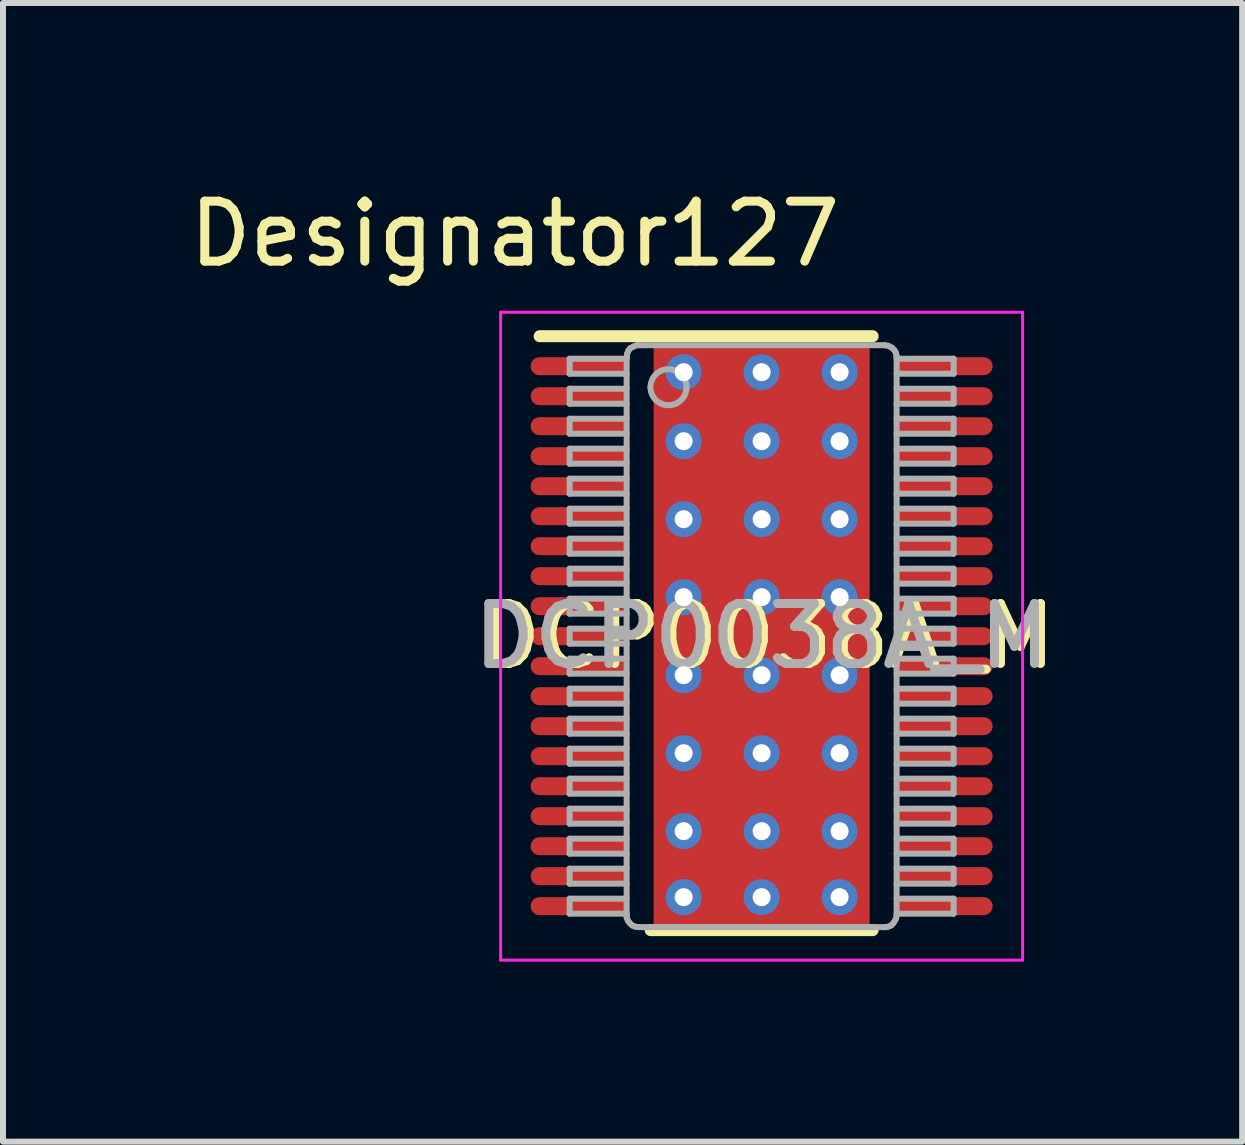
<source format=kicad_pcb>
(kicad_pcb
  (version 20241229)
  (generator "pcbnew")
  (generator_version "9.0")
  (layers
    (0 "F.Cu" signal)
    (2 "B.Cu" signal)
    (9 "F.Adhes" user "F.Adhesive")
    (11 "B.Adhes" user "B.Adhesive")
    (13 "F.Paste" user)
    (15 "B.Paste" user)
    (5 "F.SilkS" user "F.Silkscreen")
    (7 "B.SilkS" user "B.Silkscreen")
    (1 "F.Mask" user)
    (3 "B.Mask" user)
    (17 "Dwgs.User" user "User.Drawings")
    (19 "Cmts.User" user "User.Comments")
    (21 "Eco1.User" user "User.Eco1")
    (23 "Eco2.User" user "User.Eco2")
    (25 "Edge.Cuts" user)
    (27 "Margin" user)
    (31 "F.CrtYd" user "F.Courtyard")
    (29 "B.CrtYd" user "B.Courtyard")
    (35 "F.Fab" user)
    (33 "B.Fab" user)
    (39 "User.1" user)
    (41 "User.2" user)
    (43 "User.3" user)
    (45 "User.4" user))
  (footprint "DCP0038A_M"
    (layer "F.Cu")
    (at 9.645 7.554)
    (property "Reference" "DCP0038A_M" (at 0.1 0 0) (unlocked yes) (layer "F.SilkS") (effects (font (size 1 1) (thickness 0.15))))
    (attr smd)
    (fp_poly (pts (xy -1.45 2.307) (xy -1.45 -2.307) (xy -1.449 -2.315) (xy -1.447 -2.323) (xy -1.443 -2.331) (xy -1.437 -2.337) (xy -1.431 -2.343) (xy -1.423 -2.347) (xy -1.415 -2.349) (xy -1.407 -2.35) (xy 1.407 -2.35) (xy 1.415 -2.349) (xy 1.423 -2.347) (xy 1.431 -2.343) (xy 1.437 -2.337) (xy 1.443 -2.331) (xy 1.447 -2.323) (xy 1.449 -2.315) (xy 1.45 -2.307) (xy 1.45 2.307) (xy 1.449 2.315) (xy 1.447 2.323) (xy 1.443 2.331) (xy 1.437 2.337) (xy 1.431 2.343) (xy 1.423 2.347) (xy 1.415 2.349) (xy 1.407 2.35) (xy -1.407 2.35) (xy -1.415 2.349) (xy -1.423 2.347) (xy -1.431 2.343) (xy -1.437 2.337) (xy -1.443 2.331) (xy -1.447 2.323) (xy -1.449 2.315)) (stroke (width 0) (type solid)) (fill yes) (layer "F.Mask"))
    (fp_line (start -3.7 -5) (end 1.85 -5) (stroke (width 0.2) (type solid)) (layer "F.SilkS"))
    (fp_line (start -1.85 4.9) (end 1.85 4.9) (stroke (width 0.2) (type solid)) (layer "F.SilkS"))
    (fp_poly (pts (xy -1.45 2.307) (xy -1.45 -2.307) (xy -1.449 -2.315) (xy -1.447 -2.323) (xy -1.443 -2.331) (xy -1.437 -2.337) (xy -1.431 -2.343) (xy -1.423 -2.347) (xy -1.415 -2.349) (xy -1.407 -2.35) (xy 1.407 -2.35) (xy 1.415 -2.349) (xy 1.423 -2.347) (xy 1.431 -2.343) (xy 1.437 -2.337) (xy 1.443 -2.331) (xy 1.447 -2.323) (xy 1.449 -2.315) (xy 1.45 -2.307) (xy 1.45 2.307) (xy 1.449 2.315) (xy 1.447 2.323) (xy 1.443 2.331) (xy 1.437 2.337) (xy 1.431 2.343) (xy 1.423 2.347) (xy 1.415 2.349) (xy 1.407 2.35) (xy -1.407 2.35) (xy -1.415 2.349) (xy -1.423 2.347) (xy -1.431 2.343) (xy -1.437 2.337) (xy -1.443 2.331) (xy -1.447 2.323) (xy -1.449 2.315)) (stroke (width 0) (type solid)) (fill yes) (layer "F.Paste"))
    (fp_line (start -4.35 -5.4) (end 4.35 -5.4) (stroke (width 0.05) (type solid)) (layer "F.CrtYd"))
    (fp_line (start -4.35 5.4) (end -4.35 -5.4) (stroke (width 0.05) (type solid)) (layer "F.CrtYd"))
    (fp_line (start -4.35 5.4) (end 4.35 5.4) (stroke (width 0.05) (type solid)) (layer "F.CrtYd"))
    (fp_line (start 4.35 5.4) (end 4.35 -5.4) (stroke (width 0.05) (type solid)) (layer "F.CrtYd"))
    (fp_line (start -3.2 -4.625) (end -2.25 -4.625) (stroke (width 0.1) (type solid)) (layer "F.Fab"))
    (fp_line (start -3.2 -4.375) (end -3.2 -4.625) (stroke (width 0.1) (type solid)) (layer "F.Fab"))
    (fp_line (start -3.2 -4.375) (end -2.25 -4.375) (stroke (width 0.1) (type solid)) (layer "F.Fab"))
    (fp_line (start -3.2 -4.125) (end -2.25 -4.125) (stroke (width 0.1) (type solid)) (layer "F.Fab"))
    (fp_line (start -3.2 -3.875) (end -3.2 -4.125) (stroke (width 0.1) (type solid)) (layer "F.Fab"))
    (fp_line (start -3.2 -3.875) (end -2.25 -3.875) (stroke (width 0.1) (type solid)) (layer "F.Fab"))
    (fp_line (start -3.2 -3.625) (end -2.25 -3.625) (stroke (width 0.1) (type solid)) (layer "F.Fab"))
    (fp_line (start -3.2 -3.375) (end -3.2 -3.625) (stroke (width 0.1) (type solid)) (layer "F.Fab"))
    (fp_line (start -3.2 -3.375) (end -2.25 -3.375) (stroke (width 0.1) (type solid)) (layer "F.Fab"))
    (fp_line (start -3.2 -3.125) (end -2.25 -3.125) (stroke (width 0.1) (type solid)) (layer "F.Fab"))
    (fp_line (start -3.2 -2.875) (end -3.2 -3.125) (stroke (width 0.1) (type solid)) (layer "F.Fab"))
    (fp_line (start -3.2 -2.875) (end -2.25 -2.875) (stroke (width 0.1) (type solid)) (layer "F.Fab"))
    (fp_line (start -3.2 -2.625) (end -2.25 -2.625) (stroke (width 0.1) (type solid)) (layer "F.Fab"))
    (fp_line (start -3.2 -2.375) (end -3.2 -2.625) (stroke (width 0.1) (type solid)) (layer "F.Fab"))
    (fp_line (start -3.2 -2.375) (end -2.25 -2.375) (stroke (width 0.1) (type solid)) (layer "F.Fab"))
    (fp_line (start -3.2 -2.125) (end -2.25 -2.125) (stroke (width 0.1) (type solid)) (layer "F.Fab"))
    (fp_line (start -3.2 -1.875) (end -3.2 -2.125) (stroke (width 0.1) (type solid)) (layer "F.Fab"))
    (fp_line (start -3.2 -1.875) (end -2.25 -1.875) (stroke (width 0.1) (type solid)) (layer "F.Fab"))
    (fp_line (start -3.2 -1.625) (end -2.25 -1.625) (stroke (width 0.1) (type solid)) (layer "F.Fab"))
    (fp_line (start -3.2 -1.375) (end -3.2 -1.625) (stroke (width 0.1) (type solid)) (layer "F.Fab"))
    (fp_line (start -3.2 -1.375) (end -2.25 -1.375) (stroke (width 0.1) (type solid)) (layer "F.Fab"))
    (fp_line (start -3.2 -1.125) (end -2.25 -1.125) (stroke (width 0.1) (type solid)) (layer "F.Fab"))
    (fp_line (start -3.2 -0.875) (end -3.2 -1.125) (stroke (width 0.1) (type solid)) (layer "F.Fab"))
    (fp_line (start -3.2 -0.875) (end -2.25 -0.875) (stroke (width 0.1) (type solid)) (layer "F.Fab"))
    (fp_line (start -3.2 -0.625) (end -2.25 -0.625) (stroke (width 0.1) (type solid)) (layer "F.Fab"))
    (fp_line (start -3.2 -0.375) (end -3.2 -0.625) (stroke (width 0.1) (type solid)) (layer "F.Fab"))
    (fp_line (start -3.2 -0.375) (end -2.25 -0.375) (stroke (width 0.1) (type solid)) (layer "F.Fab"))
    (fp_line (start -3.2 -0.125) (end -2.25 -0.125) (stroke (width 0.1) (type solid)) (layer "F.Fab"))
    (fp_line (start -3.2 0.125) (end -3.2 -0.125) (stroke (width 0.1) (type solid)) (layer "F.Fab"))
    (fp_line (start -3.2 0.125) (end -2.25 0.125) (stroke (width 0.1) (type solid)) (layer "F.Fab"))
    (fp_line (start -3.2 0.375) (end -2.25 0.375) (stroke (width 0.1) (type solid)) (layer "F.Fab"))
    (fp_line (start -3.2 0.625) (end -3.2 0.375) (stroke (width 0.1) (type solid)) (layer "F.Fab"))
    (fp_line (start -3.2 0.625) (end -2.25 0.625) (stroke (width 0.1) (type solid)) (layer "F.Fab"))
    (fp_line (start -3.2 0.875) (end -2.25 0.875) (stroke (width 0.1) (type solid)) (layer "F.Fab"))
    (fp_line (start -3.2 1.125) (end -3.2 0.875) (stroke (width 0.1) (type solid)) (layer "F.Fab"))
    (fp_line (start -3.2 1.125) (end -2.25 1.125) (stroke (width 0.1) (type solid)) (layer "F.Fab"))
    (fp_line (start -3.2 1.375) (end -2.25 1.375) (stroke (width 0.1) (type solid)) (layer "F.Fab"))
    (fp_line (start -3.2 1.625) (end -3.2 1.375) (stroke (width 0.1) (type solid)) (layer "F.Fab"))
    (fp_line (start -3.2 1.625) (end -2.25 1.625) (stroke (width 0.1) (type solid)) (layer "F.Fab"))
    (fp_line (start -3.2 1.875) (end -2.25 1.875) (stroke (width 0.1) (type solid)) (layer "F.Fab"))
    (fp_line (start -3.2 2.125) (end -3.2 1.875) (stroke (width 0.1) (type solid)) (layer "F.Fab"))
    (fp_line (start -3.2 2.125) (end -2.25 2.125) (stroke (width 0.1) (type solid)) (layer "F.Fab"))
    (fp_line (start -3.2 2.375) (end -2.25 2.375) (stroke (width 0.1) (type solid)) (layer "F.Fab"))
    (fp_line (start -3.2 2.625) (end -3.2 2.375) (stroke (width 0.1) (type solid)) (layer "F.Fab"))
    (fp_line (start -3.2 2.625) (end -2.25 2.625) (stroke (width 0.1) (type solid)) (layer "F.Fab"))
    (fp_line (start -3.2 2.875) (end -2.25 2.875) (stroke (width 0.1) (type solid)) (layer "F.Fab"))
    (fp_line (start -3.2 3.125) (end -3.2 2.875) (stroke (width 0.1) (type solid)) (layer "F.Fab"))
    (fp_line (start -3.2 3.125) (end -2.25 3.125) (stroke (width 0.1) (type solid)) (layer "F.Fab"))
    (fp_line (start -3.2 3.375) (end -2.25 3.375) (stroke (width 0.1) (type solid)) (layer "F.Fab"))
    (fp_line (start -3.2 3.625) (end -3.2 3.375) (stroke (width 0.1) (type solid)) (layer "F.Fab"))
    (fp_line (start -3.2 3.625) (end -2.25 3.625) (stroke (width 0.1) (type solid)) (layer "F.Fab"))
    (fp_line (start -3.2 3.875) (end -2.25 3.875) (stroke (width 0.1) (type solid)) (layer "F.Fab"))
    (fp_line (start -3.2 4.125) (end -3.2 3.875) (stroke (width 0.1) (type solid)) (layer "F.Fab"))
    (fp_line (start -3.2 4.125) (end -2.25 4.125) (stroke (width 0.1) (type solid)) (layer "F.Fab"))
    (fp_line (start -3.2 4.375) (end -2.25 4.375) (stroke (width 0.1) (type solid)) (layer "F.Fab"))
    (fp_line (start -3.2 4.625) (end -3.2 4.375) (stroke (width 0.1) (type solid)) (layer "F.Fab"))
    (fp_line (start -3.2 4.625) (end -2.25 4.625) (stroke (width 0.1) (type solid)) (layer "F.Fab"))
    (fp_line (start -2.25 -4.65) (end -2.24 -4.71) (stroke (width 0.1) (type solid)) (layer "F.Fab"))
    (fp_line (start -2.25 4.65) (end -2.25 -4.65) (stroke (width 0.1) (type solid)) (layer "F.Fab"))
    (fp_line (start -2.25 4.65) (end -2.25 4.69) (stroke (width 0.1) (type solid)) (layer "F.Fab"))
    (fp_line (start -2.25 4.69) (end -2.23 4.74) (stroke (width 0.1) (type solid)) (layer "F.Fab"))
    (fp_line (start -2.24 -4.71) (end -2.22 -4.76) (stroke (width 0.1) (type solid)) (layer "F.Fab"))
    (fp_line (start -2.23 4.74) (end -2.2 4.78) (stroke (width 0.1) (type solid)) (layer "F.Fab"))
    (fp_line (start -2.22 -4.76) (end -2.19 -4.8) (stroke (width 0.1) (type solid)) (layer "F.Fab"))
    (fp_line (start -2.2 4.78) (end -2.16 4.82) (stroke (width 0.1) (type solid)) (layer "F.Fab"))
    (fp_line (start -2.19 -4.8) (end -2.13 -4.83) (stroke (width 0.1) (type solid)) (layer "F.Fab"))
    (fp_line (start -2.16 4.82) (end -2.11 4.84) (stroke (width 0.1) (type solid)) (layer "F.Fab"))
    (fp_line (start -2.13 -4.83) (end -2.08 -4.85) (stroke (width 0.1) (type solid)) (layer "F.Fab"))
    (fp_line (start -2.11 4.84) (end -2.05 4.85) (stroke (width 0.1) (type solid)) (layer "F.Fab"))
    (fp_line (start -2.08 -4.85) (end -2.05 -4.85) (stroke (width 0.1) (type solid)) (layer "F.Fab"))
    (fp_line (start -2.05 4.85) (end 2.05 4.85) (stroke (width 0.1) (type solid)) (layer "F.Fab"))
    (fp_line (start -2.05 -4.85) (end 2.05 -4.85) (stroke (width 0.1) (type solid)) (layer "F.Fab"))
    (fp_line (start 2.05 4.85) (end 2.07 4.85) (stroke (width 0.1) (type solid)) (layer "F.Fab"))
    (fp_line (start 2.05 -4.85) (end 2.11 -4.84) (stroke (width 0.1) (type solid)) (layer "F.Fab"))
    (fp_line (start 2.07 4.85) (end 2.11 4.84) (stroke (width 0.1) (type solid)) (layer "F.Fab"))
    (fp_line (start 2.11 -4.84) (end 2.17 -4.81) (stroke (width 0.1) (type solid)) (layer "F.Fab"))
    (fp_line (start 2.11 4.84) (end 2.16 4.82) (stroke (width 0.1) (type solid)) (layer "F.Fab"))
    (fp_line (start 2.16 4.82) (end 2.19 4.79) (stroke (width 0.1) (type solid)) (layer "F.Fab"))
    (fp_line (start 2.17 -4.81) (end 2.21 -4.77) (stroke (width 0.1) (type solid)) (layer "F.Fab"))
    (fp_line (start 2.19 4.79) (end 2.21 4.76) (stroke (width 0.1) (type solid)) (layer "F.Fab"))
    (fp_line (start 2.21 -4.77) (end 2.24 -4.72) (stroke (width 0.1) (type solid)) (layer "F.Fab"))
    (fp_line (start 2.21 4.76) (end 2.24 4.71) (stroke (width 0.1) (type solid)) (layer "F.Fab"))
    (fp_line (start 2.24 -4.72) (end 2.25 -4.67) (stroke (width 0.1) (type solid)) (layer "F.Fab"))
    (fp_line (start 2.24 4.71) (end 2.25 4.65) (stroke (width 0.1) (type solid)) (layer "F.Fab"))
    (fp_line (start 2.25 4.65) (end 2.25 -4.65) (stroke (width 0.1) (type solid)) (layer "F.Fab"))
    (fp_line (start 2.25 -4.65) (end 2.25 -4.67) (stroke (width 0.1) (type solid)) (layer "F.Fab"))
    (fp_line (start 2.25 -4.625) (end 3.2 -4.625) (stroke (width 0.1) (type solid)) (layer "F.Fab"))
    (fp_line (start 2.25 -4.375) (end 3.2 -4.375) (stroke (width 0.1) (type solid)) (layer "F.Fab"))
    (fp_line (start 2.25 -4.125) (end 3.2 -4.125) (stroke (width 0.1) (type solid)) (layer "F.Fab"))
    (fp_line (start 2.25 -3.875) (end 3.2 -3.875) (stroke (width 0.1) (type solid)) (layer "F.Fab"))
    (fp_line (start 2.25 -3.625) (end 3.2 -3.625) (stroke (width 0.1) (type solid)) (layer "F.Fab"))
    (fp_line (start 2.25 -3.375) (end 3.2 -3.375) (stroke (width 0.1) (type solid)) (layer "F.Fab"))
    (fp_line (start 2.25 -3.125) (end 3.2 -3.125) (stroke (width 0.1) (type solid)) (layer "F.Fab"))
    (fp_line (start 2.25 -2.875) (end 3.2 -2.875) (stroke (width 0.1) (type solid)) (layer "F.Fab"))
    (fp_line (start 2.25 -2.625) (end 3.2 -2.625) (stroke (width 0.1) (type solid)) (layer "F.Fab"))
    (fp_line (start 2.25 -2.375) (end 3.2 -2.375) (stroke (width 0.1) (type solid)) (layer "F.Fab"))
    (fp_line (start 2.25 -2.125) (end 3.2 -2.125) (stroke (width 0.1) (type solid)) (layer "F.Fab"))
    (fp_line (start 2.25 -1.875) (end 3.2 -1.875) (stroke (width 0.1) (type solid)) (layer "F.Fab"))
    (fp_line (start 2.25 -1.625) (end 3.2 -1.625) (stroke (width 0.1) (type solid)) (layer "F.Fab"))
    (fp_line (start 2.25 -1.375) (end 3.2 -1.375) (stroke (width 0.1) (type solid)) (layer "F.Fab"))
    (fp_line (start 2.25 -1.125) (end 3.2 -1.125) (stroke (width 0.1) (type solid)) (layer "F.Fab"))
    (fp_line (start 2.25 -0.875) (end 3.2 -0.875) (stroke (width 0.1) (type solid)) (layer "F.Fab"))
    (fp_line (start 2.25 -0.625) (end 3.2 -0.625) (stroke (width 0.1) (type solid)) (layer "F.Fab"))
    (fp_line (start 2.25 -0.375) (end 3.2 -0.375) (stroke (width 0.1) (type solid)) (layer "F.Fab"))
    (fp_line (start 2.25 -0.125) (end 3.2 -0.125) (stroke (width 0.1) (type solid)) (layer "F.Fab"))
    (fp_line (start 2.25 0.125) (end 3.2 0.125) (stroke (width 0.1) (type solid)) (layer "F.Fab"))
    (fp_line (start 2.25 0.375) (end 3.2 0.375) (stroke (width 0.1) (type solid)) (layer "F.Fab"))
    (fp_line (start 2.25 0.625) (end 3.2 0.625) (stroke (width 0.1) (type solid)) (layer "F.Fab"))
    (fp_line (start 2.25 0.875) (end 3.2 0.875) (stroke (width 0.1) (type solid)) (layer "F.Fab"))
    (fp_line (start 2.25 1.125) (end 3.2 1.125) (stroke (width 0.1) (type solid)) (layer "F.Fab"))
    (fp_line (start 2.25 1.375) (end 3.2 1.375) (stroke (width 0.1) (type solid)) (layer "F.Fab"))
    (fp_line (start 2.25 1.625) (end 3.2 1.625) (stroke (width 0.1) (type solid)) (layer "F.Fab"))
    (fp_line (start 2.25 1.875) (end 3.2 1.875) (stroke (width 0.1) (type solid)) (layer "F.Fab"))
    (fp_line (start 2.25 2.125) (end 3.2 2.125) (stroke (width 0.1) (type solid)) (layer "F.Fab"))
    (fp_line (start 2.25 2.375) (end 3.2 2.375) (stroke (width 0.1) (type solid)) (layer "F.Fab"))
    (fp_line (start 2.25 2.625) (end 3.2 2.625) (stroke (width 0.1) (type solid)) (layer "F.Fab"))
    (fp_line (start 2.25 2.875) (end 3.2 2.875) (stroke (width 0.1) (type solid)) (layer "F.Fab"))
    (fp_line (start 2.25 3.125) (end 3.2 3.125) (stroke (width 0.1) (type solid)) (layer "F.Fab"))
    (fp_line (start 2.25 3.375) (end 3.2 3.375) (stroke (width 0.1) (type solid)) (layer "F.Fab"))
    (fp_line (start 2.25 3.625) (end 3.2 3.625) (stroke (width 0.1) (type solid)) (layer "F.Fab"))
    (fp_line (start 2.25 3.875) (end 3.2 3.875) (stroke (width 0.1) (type solid)) (layer "F.Fab"))
    (fp_line (start 2.25 4.125) (end 3.2 4.125) (stroke (width 0.1) (type solid)) (layer "F.Fab"))
    (fp_line (start 2.25 4.375) (end 3.2 4.375) (stroke (width 0.1) (type solid)) (layer "F.Fab"))
    (fp_line (start 2.25 4.625) (end 3.2 4.625) (stroke (width 0.1) (type solid)) (layer "F.Fab"))
    (fp_line (start 3.2 -4.375) (end 3.2 -4.625) (stroke (width 0.1) (type solid)) (layer "F.Fab"))
    (fp_line (start 3.2 -3.875) (end 3.2 -4.125) (stroke (width 0.1) (type solid)) (layer "F.Fab"))
    (fp_line (start 3.2 -3.375) (end 3.2 -3.625) (stroke (width 0.1) (type solid)) (layer "F.Fab"))
    (fp_line (start 3.2 -2.875) (end 3.2 -3.125) (stroke (width 0.1) (type solid)) (layer "F.Fab"))
    (fp_line (start 3.2 -2.375) (end 3.2 -2.625) (stroke (width 0.1) (type solid)) (layer "F.Fab"))
    (fp_line (start 3.2 -1.875) (end 3.2 -2.125) (stroke (width 0.1) (type solid)) (layer "F.Fab"))
    (fp_line (start 3.2 -1.375) (end 3.2 -1.625) (stroke (width 0.1) (type solid)) (layer "F.Fab"))
    (fp_line (start 3.2 -0.875) (end 3.2 -1.125) (stroke (width 0.1) (type solid)) (layer "F.Fab"))
    (fp_line (start 3.2 -0.375) (end 3.2 -0.625) (stroke (width 0.1) (type solid)) (layer "F.Fab"))
    (fp_line (start 3.2 0.125) (end 3.2 -0.125) (stroke (width 0.1) (type solid)) (layer "F.Fab"))
    (fp_line (start 3.2 0.625) (end 3.2 0.375) (stroke (width 0.1) (type solid)) (layer "F.Fab"))
    (fp_line (start 3.2 1.125) (end 3.2 0.875) (stroke (width 0.1) (type solid)) (layer "F.Fab"))
    (fp_line (start 3.2 1.625) (end 3.2 1.375) (stroke (width 0.1) (type solid)) (layer "F.Fab"))
    (fp_line (start 3.2 2.125) (end 3.2 1.875) (stroke (width 0.1) (type solid)) (layer "F.Fab"))
    (fp_line (start 3.2 2.625) (end 3.2 2.375) (stroke (width 0.1) (type solid)) (layer "F.Fab"))
    (fp_line (start 3.2 3.125) (end 3.2 2.875) (stroke (width 0.1) (type solid)) (layer "F.Fab"))
    (fp_line (start 3.2 3.625) (end 3.2 3.375) (stroke (width 0.1) (type solid)) (layer "F.Fab"))
    (fp_line (start 3.2 4.125) (end 3.2 3.875) (stroke (width 0.1) (type solid)) (layer "F.Fab"))
    (fp_line (start 3.2 4.625) (end 3.2 4.375) (stroke (width 0.1) (type solid)) (layer "F.Fab"))
    (fp_arc (start -1.852386 -4.149976) (mid -1.552387 -4.449976) (end -1.252388 -4.149976) (stroke (width 0.1) (type solid)) (layer "F.Fab"))
    (fp_arc (start -1.252388 -4.149976) (mid -1.552387 -3.849977) (end -1.852386 -4.149976) (stroke (width 0.1) (type solid)) (layer "F.Fab"))
    (fp_text user "Designator127" (at -4.115 -6.706 0) (unlocked yes) (layer "F.SilkS") (effects (font (size 1 1) (thickness 0.15))))
    (fp_text user "${REFERENCE}" (at 0 0 0) (unlocked yes) (layer "F.Fab") (effects (font (size 1 1) (thickness 0.15))))
    (pad "1" smd oval (at -3.05 -4.5 90) (size 0.3 1.6) (layers "F.Cu" "F.Mask" "F.Paste"))
    (pad "2" smd oval (at -3.05 -4 90) (size 0.3 1.6) (layers "F.Cu" "F.Mask" "F.Paste"))
    (pad "3" smd oval (at -3.05 -3.5 90) (size 0.3 1.6) (layers "F.Cu" "F.Mask" "F.Paste"))
    (pad "4" smd oval (at -3.05 -3 90) (size 0.3 1.6) (layers "F.Cu" "F.Mask" "F.Paste"))
    (pad "5" smd oval (at -3.05 -2.5 90) (size 0.3 1.6) (layers "F.Cu" "F.Mask" "F.Paste"))
    (pad "6" smd oval (at -3.05 -2 90) (size 0.3 1.6) (layers "F.Cu" "F.Mask" "F.Paste"))
    (pad "7" smd oval (at -3.05 -1.5 90) (size 0.3 1.6) (layers "F.Cu" "F.Mask" "F.Paste"))
    (pad "8" smd oval (at -3.05 -1 90) (size 0.3 1.6) (layers "F.Cu" "F.Mask" "F.Paste"))
    (pad "9" smd oval (at -3.05 -0.5 90) (size 0.3 1.6) (layers "F.Cu" "F.Mask" "F.Paste"))
    (pad "10" smd oval (at -3.05 0 90) (size 0.3 1.6) (layers "F.Cu" "F.Mask" "F.Paste"))
    (pad "11" smd oval (at -3.05 0.5 90) (size 0.3 1.6) (layers "F.Cu" "F.Mask" "F.Paste"))
    (pad "12" smd oval (at -3.05 1 90) (size 0.3 1.6) (layers "F.Cu" "F.Mask" "F.Paste"))
    (pad "13" smd oval (at -3.05 1.5 90) (size 0.3 1.6) (layers "F.Cu" "F.Mask" "F.Paste"))
    (pad "14" smd oval (at -3.05 2 90) (size 0.3 1.6) (layers "F.Cu" "F.Mask" "F.Paste"))
    (pad "15" smd oval (at -3.05 2.5 90) (size 0.3 1.6) (layers "F.Cu" "F.Mask" "F.Paste"))
    (pad "16" smd oval (at -3.05 3 90) (size 0.3 1.6) (layers "F.Cu" "F.Mask" "F.Paste"))
    (pad "17" smd oval (at -3.05 3.5 90) (size 0.3 1.6) (layers "F.Cu" "F.Mask" "F.Paste"))
    (pad "18" smd oval (at -3.05 4 90) (size 0.3 1.6) (layers "F.Cu" "F.Mask" "F.Paste"))
    (pad "19" smd oval (at -3.05 4.5 90) (size 0.3 1.6) (layers "F.Cu" "F.Mask" "F.Paste"))
    (pad "20" smd oval (at 3.05 4.5 90) (size 0.3 1.6) (layers "F.Cu" "F.Mask" "F.Paste"))
    (pad "21" smd oval (at 3.05 4 90) (size 0.3 1.6) (layers "F.Cu" "F.Mask" "F.Paste"))
    (pad "22" smd oval (at 3.05 3.5 90) (size 0.3 1.6) (layers "F.Cu" "F.Mask" "F.Paste"))
    (pad "23" smd oval (at 3.05 3 90) (size 0.3 1.6) (layers "F.Cu" "F.Mask" "F.Paste"))
    (pad "24" smd oval (at 3.05 2.5 90) (size 0.3 1.6) (layers "F.Cu" "F.Mask" "F.Paste"))
    (pad "25" smd oval (at 3.05 2 90) (size 0.3 1.6) (layers "F.Cu" "F.Mask" "F.Paste"))
    (pad "26" smd oval (at 3.05 1.5 90) (size 0.3 1.6) (layers "F.Cu" "F.Mask" "F.Paste"))
    (pad "27" smd oval (at 3.05 1 90) (size 0.3 1.6) (layers "F.Cu" "F.Mask" "F.Paste"))
    (pad "28" smd oval (at 3.05 0.5 90) (size 0.3 1.6) (layers "F.Cu" "F.Mask" "F.Paste"))
    (pad "29" smd oval (at 3.05 0 90) (size 0.3 1.6) (layers "F.Cu" "F.Mask" "F.Paste"))
    (pad "30" smd oval (at 3.05 -0.5 90) (size 0.3 1.6) (layers "F.Cu" "F.Mask" "F.Paste"))
    (pad "31" smd oval (at 3.05 -1 90) (size 0.3 1.6) (layers "F.Cu" "F.Mask" "F.Paste"))
    (pad "32" smd oval (at 3.05 -1.5 90) (size 0.3 1.6) (layers "F.Cu" "F.Mask" "F.Paste"))
    (pad "33" smd oval (at 3.05 -2 90) (size 0.3 1.6) (layers "F.Cu" "F.Mask" "F.Paste"))
    (pad "34" smd oval (at 3.05 -2.5 90) (size 0.3 1.6) (layers "F.Cu" "F.Mask" "F.Paste"))
    (pad "35" smd oval (at 3.05 -3 90) (size 0.3 1.6) (layers "F.Cu" "F.Mask" "F.Paste"))
    (pad "36" smd oval (at 3.05 -3.5 90) (size 0.3 1.6) (layers "F.Cu" "F.Mask" "F.Paste"))
    (pad "37" smd oval (at 3.05 -4 90) (size 0.3 1.6) (layers "F.Cu" "F.Mask" "F.Paste"))
    (pad "38" smd oval (at 3.05 -4.5 90) (size 0.3 1.6) (layers "F.Cu" "F.Mask" "F.Paste"))
    (pad "39" smd rect (at 0 0) (size 3.6 9.7) (layers "F.Cu"))
    (pad "V" thru_hole circle (at -1.3 -4.4) (size 0.6 0.6) (drill 0.3) (layers "*.Cu" "*.Mask"))
    (pad "V" thru_hole circle (at -1.3 -3.25) (size 0.6 0.6) (drill 0.3) (layers "*.Cu" "*.Mask"))
    (pad "V" thru_hole circle (at -1.3 -1.95) (size 0.6 0.6) (drill 0.3) (layers "*.Cu" "*.Mask"))
    (pad "V" thru_hole circle (at -1.3 -0.65) (size 0.6 0.6) (drill 0.3) (layers "*.Cu" "*.Mask"))
    (pad "V" thru_hole circle (at -1.3 0.65) (size 0.6 0.6) (drill 0.3) (layers "*.Cu" "*.Mask"))
    (pad "V" thru_hole circle (at -1.3 1.95) (size 0.6 0.6) (drill 0.3) (layers "*.Cu" "*.Mask"))
    (pad "V" thru_hole circle (at -1.3 3.25) (size 0.6 0.6) (drill 0.3) (layers "*.Cu" "*.Mask"))
    (pad "V" thru_hole circle (at -1.3 4.35) (size 0.6 0.6) (drill 0.3) (layers "*.Cu" "*.Mask"))
    (pad "V" thru_hole circle (at 0 -4.4) (size 0.6 0.6) (drill 0.3) (layers "*.Cu" "*.Mask"))
    (pad "V" thru_hole circle (at 0 -3.25) (size 0.6 0.6) (drill 0.3) (layers "*.Cu" "*.Mask"))
    (pad "V" thru_hole circle (at 0 -1.95) (size 0.6 0.6) (drill 0.3) (layers "*.Cu" "*.Mask"))
    (pad "V" thru_hole circle (at 0 -0.65) (size 0.6 0.6) (drill 0.3) (layers "*.Cu" "*.Mask"))
    (pad "V" thru_hole circle (at 0 0.65) (size 0.6 0.6) (drill 0.3) (layers "*.Cu" "*.Mask"))
    (pad "V" thru_hole circle (at 0 1.95) (size 0.6 0.6) (drill 0.3) (layers "*.Cu" "*.Mask"))
    (pad "V" thru_hole circle (at 0 3.25) (size 0.6 0.6) (drill 0.3) (layers "*.Cu" "*.Mask"))
    (pad "V" thru_hole circle (at 0 4.35) (size 0.6 0.6) (drill 0.3) (layers "*.Cu" "*.Mask"))
    (pad "V" thru_hole circle (at 1.3 -4.4) (size 0.6 0.6) (drill 0.3) (layers "*.Cu" "*.Mask"))
    (pad "V" thru_hole circle (at 1.3 -3.25) (size 0.6 0.6) (drill 0.3) (layers "*.Cu" "*.Mask"))
    (pad "V" thru_hole circle (at 1.3 -1.95) (size 0.6 0.6) (drill 0.3) (layers "*.Cu" "*.Mask"))
    (pad "V" thru_hole circle (at 1.3 -0.65) (size 0.6 0.6) (drill 0.3) (layers "*.Cu" "*.Mask"))
    (pad "V" thru_hole circle (at 1.3 0.65) (size 0.6 0.6) (drill 0.3) (layers "*.Cu" "*.Mask"))
    (pad "V" thru_hole circle (at 1.3 1.95) (size 0.6 0.6) (drill 0.3) (layers "*.Cu" "*.Mask"))
    (pad "V" thru_hole circle (at 1.3 3.25) (size 0.6 0.6) (drill 0.3) (layers "*.Cu" "*.Mask"))
    (pad "V" thru_hole circle (at 1.3 4.35) (size 0.6 0.6) (drill 0.3) (layers "*.Cu" "*.Mask")))
  (gr_rect
    (start -3 -3)
    (end 17.655 15.979)
    (stroke (width 0.1) (type default))
    (fill no)
    (layer "Edge.Cuts")))
</source>
